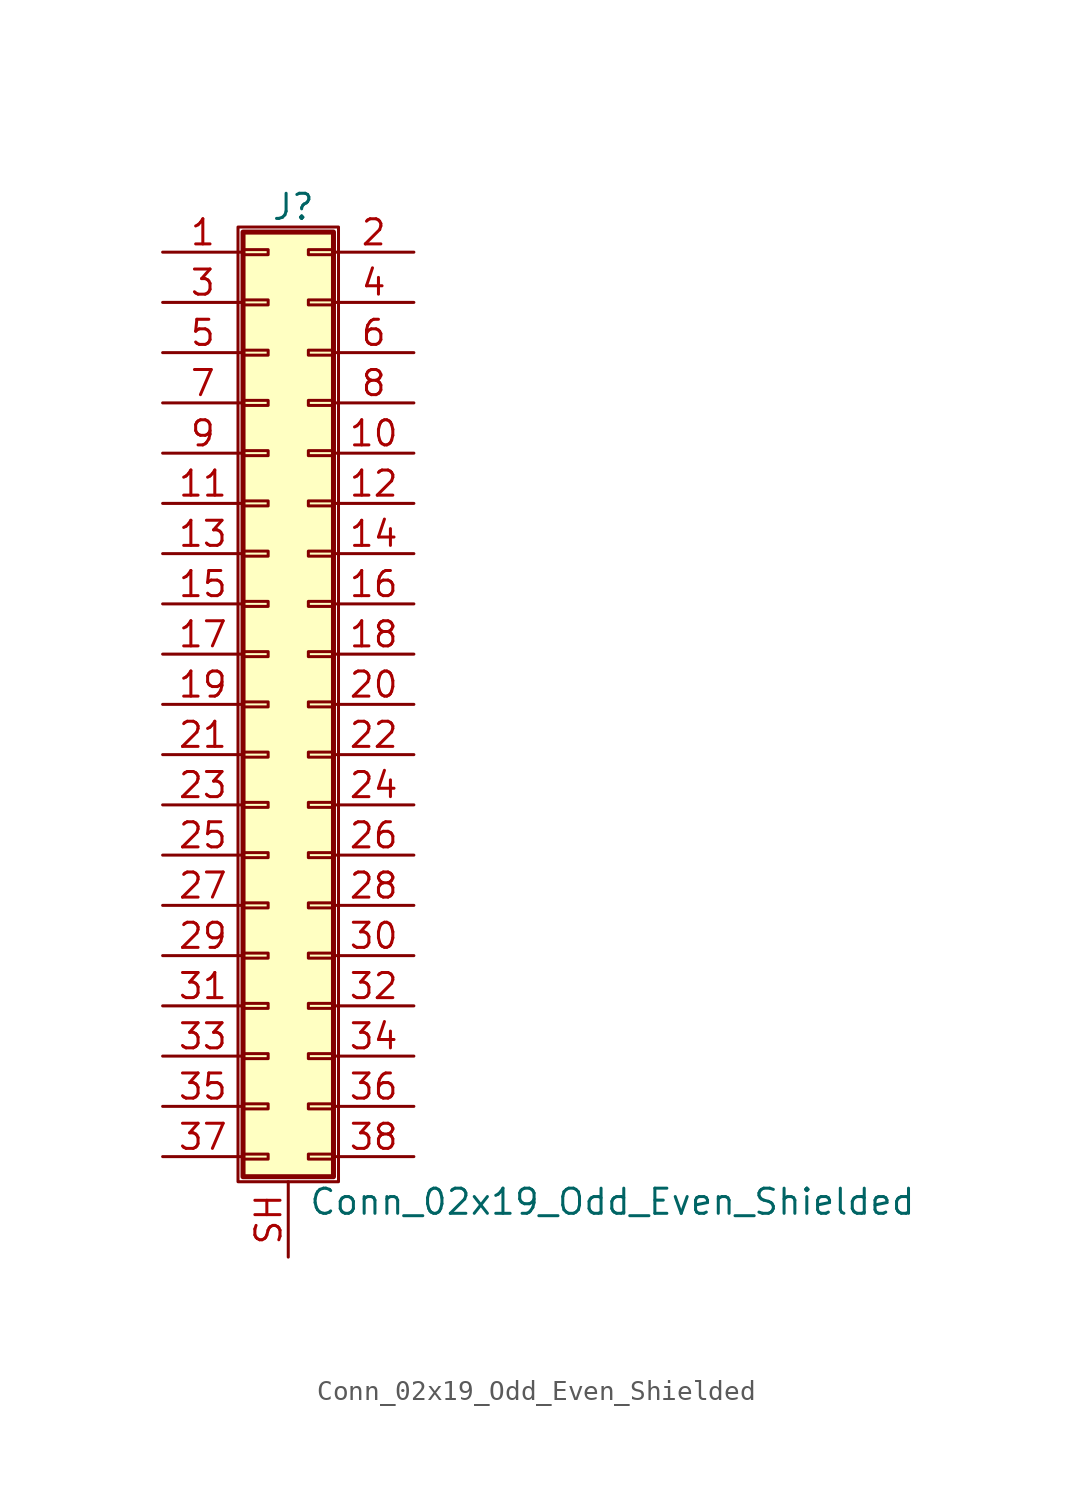
<source format=kicad_sym>
(kicad_symbol_lib
  (version 20201005)
  (generator kicad_symbol_editor)
  (symbol "Conn_02x19_Odd_Even_Shielded"
    (pin_names
      (offset 1.016) hide)
    (property "Reference" "J"
      (at 1.524 25.146 0)
      (effects (font (size 1.27 1.27))))
    (property "Value" "Conn_02x19_Odd_Even_Shielded"
      (at 2.286 -25.146 0)
      (effects (font (size 1.27 1.27)) (justify left)))
    (symbol "Conn_02x19_Odd_Even_Shielded_1_1"
      (rectangle (start -1.27 24.13) (end 3.81 -24.13) (stroke (width 0.152)) (fill (type none)))
      (rectangle (start -1.016 -22.733) (end 0.254 -22.987) (stroke (width 0.152)) (fill (type none)))
      (rectangle (start -1.016 -20.193) (end 0.254 -20.447) (stroke (width 0.152)) (fill (type none)))
      (rectangle (start -1.016 -17.653) (end 0.254 -17.907) (stroke (width 0.152)) (fill (type none)))
      (rectangle (start -1.016 -15.113) (end 0.254 -15.367) (stroke (width 0.152)) (fill (type none)))
      (rectangle (start -1.016 -12.573) (end 0.254 -12.827) (stroke (width 0.152)) (fill (type none)))
      (rectangle (start -1.016 -10.033) (end 0.254 -10.287) (stroke (width 0.152)) (fill (type none)))
      (rectangle (start -1.016 -7.493) (end 0.254 -7.747) (stroke (width 0.152)) (fill (type none)))
      (rectangle (start -1.016 -4.953) (end 0.254 -5.207) (stroke (width 0.152)) (fill (type none)))
      (rectangle (start -1.016 -2.413) (end 0.254 -2.667) (stroke (width 0.152)) (fill (type none)))
      (rectangle (start -1.016 0.127) (end 0.254 -0.127) (stroke (width 0.152)) (fill (type none)))
      (rectangle (start -1.016 2.667) (end 0.254 2.413) (stroke (width 0.152)) (fill (type none)))
      (rectangle (start -1.016 5.207) (end 0.254 4.953) (stroke (width 0.152)) (fill (type none)))
      (rectangle (start -1.016 7.747) (end 0.254 7.493) (stroke (width 0.152)) (fill (type none)))
      (rectangle (start -1.016 10.287) (end 0.254 10.033) (stroke (width 0.152)) (fill (type none)))
      (rectangle (start -1.016 12.827) (end 0.254 12.573) (stroke (width 0.152)) (fill (type none)))
      (rectangle (start -1.016 15.367) (end 0.254 15.113) (stroke (width 0.152)) (fill (type none)))
      (rectangle (start -1.016 17.907) (end 0.254 17.653) (stroke (width 0.152)) (fill (type none)))
      (rectangle (start -1.016 20.447) (end 0.254 20.193) (stroke (width 0.152)) (fill (type none)))
      (rectangle (start -1.016 22.987) (end 0.254 22.733) (stroke (width 0.152)) (fill (type none)))
      (rectangle (start 3.556 -22.733) (end 2.286 -22.987) (stroke (width 0.152)) (fill (type none)))
      (rectangle (start 3.556 -20.193) (end 2.286 -20.447) (stroke (width 0.152)) (fill (type none)))
      (rectangle (start 3.556 -17.653) (end 2.286 -17.907) (stroke (width 0.152)) (fill (type none)))
      (rectangle (start 3.556 -15.113) (end 2.286 -15.367) (stroke (width 0.152)) (fill (type none)))
      (rectangle (start 3.556 -12.573) (end 2.286 -12.827) (stroke (width 0.152)) (fill (type none)))
      (rectangle (start 3.556 -10.033) (end 2.286 -10.287) (stroke (width 0.152)) (fill (type none)))
      (rectangle (start 3.556 -7.493) (end 2.286 -7.747) (stroke (width 0.152)) (fill (type none)))
      (rectangle (start 3.556 -4.953) (end 2.286 -5.207) (stroke (width 0.152)) (fill (type none)))
      (rectangle (start 3.556 -2.413) (end 2.286 -2.667) (stroke (width 0.152)) (fill (type none)))
      (rectangle (start 3.556 0.127) (end 2.286 -0.127) (stroke (width 0.152)) (fill (type none)))
      (rectangle (start 3.556 2.667) (end 2.286 2.413) (stroke (width 0.152)) (fill (type none)))
      (rectangle (start 3.556 5.207) (end 2.286 4.953) (stroke (width 0.152)) (fill (type none)))
      (rectangle (start 3.556 7.747) (end 2.286 7.493) (stroke (width 0.152)) (fill (type none)))
      (rectangle (start 3.556 10.287) (end 2.286 10.033) (stroke (width 0.152)) (fill (type none)))
      (rectangle (start 3.556 12.827) (end 2.286 12.573) (stroke (width 0.152)) (fill (type none)))
      (rectangle (start 3.556 15.367) (end 2.286 15.113) (stroke (width 0.152)) (fill (type none)))
      (rectangle (start 3.556 17.907) (end 2.286 17.653) (stroke (width 0.152)) (fill (type none)))
      (rectangle (start 3.556 20.447) (end 2.286 20.193) (stroke (width 0.152)) (fill (type none)))
      (rectangle (start 3.556 22.987) (end 2.286 22.733) (stroke (width 0.152)) (fill (type none)))
      (rectangle (start -1.016 23.876) (end 3.556 -23.876) (stroke (width 0.254)) (fill (type background)))
      (pin passive line (at -5.08 22.86 0) (length 4.064) (name "Pin_1" (effects (font (size 1.27 1.27)))) (number "1" (effects (font (size 1.27 1.27)))))
      (pin passive line (at 7.62 12.7 180) (length 4.064) (name "Pin_10" (effects (font (size 1.27 1.27)))) (number "10" (effects (font (size 1.27 1.27)))))
      (pin passive line (at -5.08 10.16 0) (length 4.064) (name "Pin_11" (effects (font (size 1.27 1.27)))) (number "11" (effects (font (size 1.27 1.27)))))
      (pin passive line (at 7.62 10.16 180) (length 4.064) (name "Pin_12" (effects (font (size 1.27 1.27)))) (number "12" (effects (font (size 1.27 1.27)))))
      (pin passive line (at -5.08 7.62 0) (length 4.064) (name "Pin_13" (effects (font (size 1.27 1.27)))) (number "13" (effects (font (size 1.27 1.27)))))
      (pin passive line (at 7.62 7.62 180) (length 4.064) (name "Pin_14" (effects (font (size 1.27 1.27)))) (number "14" (effects (font (size 1.27 1.27)))))
      (pin passive line (at -5.08 5.08 0) (length 4.064) (name "Pin_15" (effects (font (size 1.27 1.27)))) (number "15" (effects (font (size 1.27 1.27)))))
      (pin passive line (at 7.62 5.08 180) (length 4.064) (name "Pin_16" (effects (font (size 1.27 1.27)))) (number "16" (effects (font (size 1.27 1.27)))))
      (pin passive line (at -5.08 2.54 0) (length 4.064) (name "Pin_17" (effects (font (size 1.27 1.27)))) (number "17" (effects (font (size 1.27 1.27)))))
      (pin passive line (at 7.62 2.54 180) (length 4.064) (name "Pin_18" (effects (font (size 1.27 1.27)))) (number "18" (effects (font (size 1.27 1.27)))))
      (pin passive line (at -5.08 0 0) (length 4.064) (name "Pin_19" (effects (font (size 1.27 1.27)))) (number "19" (effects (font (size 1.27 1.27)))))
      (pin passive line (at 7.62 22.86 180) (length 4.064) (name "Pin_2" (effects (font (size 1.27 1.27)))) (number "2" (effects (font (size 1.27 1.27)))))
      (pin passive line (at 7.62 0 180) (length 4.064) (name "Pin_20" (effects (font (size 1.27 1.27)))) (number "20" (effects (font (size 1.27 1.27)))))
      (pin passive line (at -5.08 -2.54 0) (length 4.064) (name "Pin_21" (effects (font (size 1.27 1.27)))) (number "21" (effects (font (size 1.27 1.27)))))
      (pin passive line (at 7.62 -2.54 180) (length 4.064) (name "Pin_22" (effects (font (size 1.27 1.27)))) (number "22" (effects (font (size 1.27 1.27)))))
      (pin passive line (at -5.08 -5.08 0) (length 4.064) (name "Pin_23" (effects (font (size 1.27 1.27)))) (number "23" (effects (font (size 1.27 1.27)))))
      (pin passive line (at 7.62 -5.08 180) (length 4.064) (name "Pin_24" (effects (font (size 1.27 1.27)))) (number "24" (effects (font (size 1.27 1.27)))))
      (pin passive line (at -5.08 -7.62 0) (length 4.064) (name "Pin_25" (effects (font (size 1.27 1.27)))) (number "25" (effects (font (size 1.27 1.27)))))
      (pin passive line (at 7.62 -7.62 180) (length 4.064) (name "Pin_26" (effects (font (size 1.27 1.27)))) (number "26" (effects (font (size 1.27 1.27)))))
      (pin passive line (at -5.08 -10.16 0) (length 4.064) (name "Pin_27" (effects (font (size 1.27 1.27)))) (number "27" (effects (font (size 1.27 1.27)))))
      (pin passive line (at 7.62 -10.16 180) (length 4.064) (name "Pin_28" (effects (font (size 1.27 1.27)))) (number "28" (effects (font (size 1.27 1.27)))))
      (pin passive line (at -5.08 -12.7 0) (length 4.064) (name "Pin_29" (effects (font (size 1.27 1.27)))) (number "29" (effects (font (size 1.27 1.27)))))
      (pin passive line (at -5.08 20.32 0) (length 4.064) (name "Pin_3" (effects (font (size 1.27 1.27)))) (number "3" (effects (font (size 1.27 1.27)))))
      (pin passive line (at 7.62 -12.7 180) (length 4.064) (name "Pin_30" (effects (font (size 1.27 1.27)))) (number "30" (effects (font (size 1.27 1.27)))))
      (pin passive line (at -5.08 -15.24 0) (length 4.064) (name "Pin_31" (effects (font (size 1.27 1.27)))) (number "31" (effects (font (size 1.27 1.27)))))
      (pin passive line (at 7.62 -15.24 180) (length 4.064) (name "Pin_32" (effects (font (size 1.27 1.27)))) (number "32" (effects (font (size 1.27 1.27)))))
      (pin passive line (at -5.08 -17.78 0) (length 4.064) (name "Pin_33" (effects (font (size 1.27 1.27)))) (number "33" (effects (font (size 1.27 1.27)))))
      (pin passive line (at 7.62 -17.78 180) (length 4.064) (name "Pin_34" (effects (font (size 1.27 1.27)))) (number "34" (effects (font (size 1.27 1.27)))))
      (pin passive line (at -5.08 -20.32 0) (length 4.064) (name "Pin_35" (effects (font (size 1.27 1.27)))) (number "35" (effects (font (size 1.27 1.27)))))
      (pin passive line (at 7.62 -20.32 180) (length 4.064) (name "Pin_36" (effects (font (size 1.27 1.27)))) (number "36" (effects (font (size 1.27 1.27)))))
      (pin passive line (at -5.08 -22.86 0) (length 4.064) (name "Pin_37" (effects (font (size 1.27 1.27)))) (number "37" (effects (font (size 1.27 1.27)))))
      (pin passive line (at 7.62 -22.86 180) (length 4.064) (name "Pin_38" (effects (font (size 1.27 1.27)))) (number "38" (effects (font (size 1.27 1.27)))))
      (pin passive line (at 7.62 20.32 180) (length 4.064) (name "Pin_4" (effects (font (size 1.27 1.27)))) (number "4" (effects (font (size 1.27 1.27)))))
      (pin passive line (at -5.08 17.78 0) (length 4.064) (name "Pin_5" (effects (font (size 1.27 1.27)))) (number "5" (effects (font (size 1.27 1.27)))))
      (pin passive line (at 7.62 17.78 180) (length 4.064) (name "Pin_6" (effects (font (size 1.27 1.27)))) (number "6" (effects (font (size 1.27 1.27)))))
      (pin passive line (at -5.08 15.24 0) (length 4.064) (name "Pin_7" (effects (font (size 1.27 1.27)))) (number "7" (effects (font (size 1.27 1.27)))))
      (pin passive line (at 7.62 15.24 180) (length 4.064) (name "Pin_8" (effects (font (size 1.27 1.27)))) (number "8" (effects (font (size 1.27 1.27)))))
      (pin passive line (at -5.08 12.7 0) (length 4.064) (name "Pin_9" (effects (font (size 1.27 1.27)))) (number "9" (effects (font (size 1.27 1.27)))))
      (pin passive line (at 1.27 -27.94 90) (length 3.81) (name "Shield" (effects (font (size 1.27 1.27)))) (number "SH" (effects (font (size 1.27 1.27))))))))
</source>
